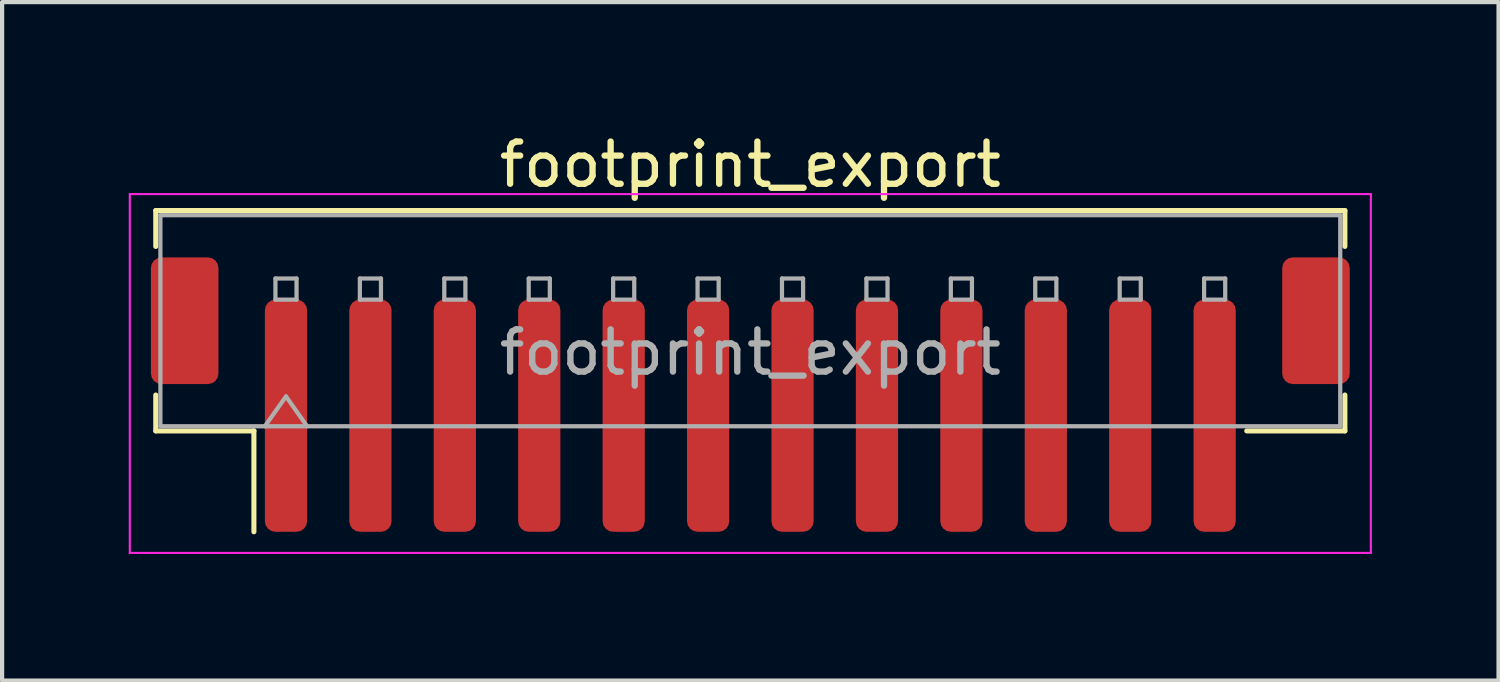
<source format=kicad_pcb>
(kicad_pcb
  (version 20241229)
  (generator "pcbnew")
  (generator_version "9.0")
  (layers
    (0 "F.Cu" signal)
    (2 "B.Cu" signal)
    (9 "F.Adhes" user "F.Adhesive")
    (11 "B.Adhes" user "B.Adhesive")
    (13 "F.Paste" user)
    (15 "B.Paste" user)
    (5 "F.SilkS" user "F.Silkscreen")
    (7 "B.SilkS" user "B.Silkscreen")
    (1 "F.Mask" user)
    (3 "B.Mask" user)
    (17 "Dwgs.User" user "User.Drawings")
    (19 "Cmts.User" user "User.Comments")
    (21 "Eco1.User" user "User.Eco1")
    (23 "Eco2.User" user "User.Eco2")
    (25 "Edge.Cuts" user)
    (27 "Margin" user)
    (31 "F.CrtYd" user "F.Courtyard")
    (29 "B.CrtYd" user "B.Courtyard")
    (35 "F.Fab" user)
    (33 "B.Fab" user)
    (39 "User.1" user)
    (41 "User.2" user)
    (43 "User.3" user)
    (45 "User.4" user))
  (footprint "footprint_export"
    (layer "F.Cu")
    (at 14.725 6.298)
    (property "Reference" "footprint_export" (at 0 -5.45 0) (layer "F.SilkS") (effects (font (size 1 1) (thickness 0.15))))
    (attr smd)
    (fp_line (start -14.085 -4.36) (end 14.085 -4.36) (stroke (width 0.12) (type solid)) (layer "F.SilkS"))
    (fp_line (start -14.085 -3.51) (end -14.085 -4.36) (stroke (width 0.12) (type solid)) (layer "F.SilkS"))
    (fp_line (start -14.085 0.01) (end -14.085 0.86) (stroke (width 0.12) (type solid)) (layer "F.SilkS"))
    (fp_line (start -14.085 0.86) (end -11.76 0.86) (stroke (width 0.12) (type solid)) (layer "F.SilkS"))
    (fp_line (start -11.76 0.86) (end -11.76 3.25) (stroke (width 0.12) (type solid)) (layer "F.SilkS"))
    (fp_line (start 14.085 -4.36) (end 14.085 -3.51) (stroke (width 0.12) (type solid)) (layer "F.SilkS"))
    (fp_line (start 14.085 0.01) (end 14.085 0.86) (stroke (width 0.12) (type solid)) (layer "F.SilkS"))
    (fp_line (start 14.085 0.86) (end 11.76 0.86) (stroke (width 0.12) (type solid)) (layer "F.SilkS"))
    (fp_line (start -14.7 -4.75) (end -14.7 3.75) (stroke (width 0.05) (type solid)) (layer "F.CrtYd"))
    (fp_line (start -14.7 3.75) (end 14.7 3.75) (stroke (width 0.05) (type solid)) (layer "F.CrtYd"))
    (fp_line (start 14.7 -4.75) (end -14.7 -4.75) (stroke (width 0.05) (type solid)) (layer "F.CrtYd"))
    (fp_line (start 14.7 3.75) (end 14.7 -4.75) (stroke (width 0.05) (type solid)) (layer "F.CrtYd"))
    (fp_line (start -13.975 -4.25) (end 13.975 -4.25) (stroke (width 0.1) (type solid)) (layer "F.Fab"))
    (fp_line (start -13.975 0.75) (end -13.975 -4.25) (stroke (width 0.1) (type solid)) (layer "F.Fab"))
    (fp_line (start -13.975 0.75) (end 13.975 0.75) (stroke (width 0.1) (type solid)) (layer "F.Fab"))
    (fp_line (start -11.5 0.75) (end -11 0.043) (stroke (width 0.1) (type solid)) (layer "F.Fab"))
    (fp_line (start -11.25 -2.75) (end -11.25 -2.25) (stroke (width 0.1) (type solid)) (layer "F.Fab"))
    (fp_line (start -11.25 -2.25) (end -10.75 -2.25) (stroke (width 0.1) (type solid)) (layer "F.Fab"))
    (fp_line (start -11 0.043) (end -10.5 0.75) (stroke (width 0.1) (type solid)) (layer "F.Fab"))
    (fp_line (start -10.75 -2.75) (end -11.25 -2.75) (stroke (width 0.1) (type solid)) (layer "F.Fab"))
    (fp_line (start -10.75 -2.25) (end -10.75 -2.75) (stroke (width 0.1) (type solid)) (layer "F.Fab"))
    (fp_line (start -9.25 -2.75) (end -9.25 -2.25) (stroke (width 0.1) (type solid)) (layer "F.Fab"))
    (fp_line (start -9.25 -2.25) (end -8.75 -2.25) (stroke (width 0.1) (type solid)) (layer "F.Fab"))
    (fp_line (start -8.75 -2.75) (end -9.25 -2.75) (stroke (width 0.1) (type solid)) (layer "F.Fab"))
    (fp_line (start -8.75 -2.25) (end -8.75 -2.75) (stroke (width 0.1) (type solid)) (layer "F.Fab"))
    (fp_line (start -7.25 -2.75) (end -7.25 -2.25) (stroke (width 0.1) (type solid)) (layer "F.Fab"))
    (fp_line (start -7.25 -2.25) (end -6.75 -2.25) (stroke (width 0.1) (type solid)) (layer "F.Fab"))
    (fp_line (start -6.75 -2.75) (end -7.25 -2.75) (stroke (width 0.1) (type solid)) (layer "F.Fab"))
    (fp_line (start -6.75 -2.25) (end -6.75 -2.75) (stroke (width 0.1) (type solid)) (layer "F.Fab"))
    (fp_line (start -5.25 -2.75) (end -5.25 -2.25) (stroke (width 0.1) (type solid)) (layer "F.Fab"))
    (fp_line (start -5.25 -2.25) (end -4.75 -2.25) (stroke (width 0.1) (type solid)) (layer "F.Fab"))
    (fp_line (start -4.75 -2.75) (end -5.25 -2.75) (stroke (width 0.1) (type solid)) (layer "F.Fab"))
    (fp_line (start -4.75 -2.25) (end -4.75 -2.75) (stroke (width 0.1) (type solid)) (layer "F.Fab"))
    (fp_line (start -3.25 -2.75) (end -3.25 -2.25) (stroke (width 0.1) (type solid)) (layer "F.Fab"))
    (fp_line (start -3.25 -2.25) (end -2.75 -2.25) (stroke (width 0.1) (type solid)) (layer "F.Fab"))
    (fp_line (start -2.75 -2.75) (end -3.25 -2.75) (stroke (width 0.1) (type solid)) (layer "F.Fab"))
    (fp_line (start -2.75 -2.25) (end -2.75 -2.75) (stroke (width 0.1) (type solid)) (layer "F.Fab"))
    (fp_line (start -1.25 -2.75) (end -1.25 -2.25) (stroke (width 0.1) (type solid)) (layer "F.Fab"))
    (fp_line (start -1.25 -2.25) (end -0.75 -2.25) (stroke (width 0.1) (type solid)) (layer "F.Fab"))
    (fp_line (start -0.75 -2.75) (end -1.25 -2.75) (stroke (width 0.1) (type solid)) (layer "F.Fab"))
    (fp_line (start -0.75 -2.25) (end -0.75 -2.75) (stroke (width 0.1) (type solid)) (layer "F.Fab"))
    (fp_line (start 0.75 -2.75) (end 0.75 -2.25) (stroke (width 0.1) (type solid)) (layer "F.Fab"))
    (fp_line (start 0.75 -2.25) (end 1.25 -2.25) (stroke (width 0.1) (type solid)) (layer "F.Fab"))
    (fp_line (start 1.25 -2.75) (end 0.75 -2.75) (stroke (width 0.1) (type solid)) (layer "F.Fab"))
    (fp_line (start 1.25 -2.25) (end 1.25 -2.75) (stroke (width 0.1) (type solid)) (layer "F.Fab"))
    (fp_line (start 2.75 -2.75) (end 2.75 -2.25) (stroke (width 0.1) (type solid)) (layer "F.Fab"))
    (fp_line (start 2.75 -2.25) (end 3.25 -2.25) (stroke (width 0.1) (type solid)) (layer "F.Fab"))
    (fp_line (start 3.25 -2.75) (end 2.75 -2.75) (stroke (width 0.1) (type solid)) (layer "F.Fab"))
    (fp_line (start 3.25 -2.25) (end 3.25 -2.75) (stroke (width 0.1) (type solid)) (layer "F.Fab"))
    (fp_line (start 4.75 -2.75) (end 4.75 -2.25) (stroke (width 0.1) (type solid)) (layer "F.Fab"))
    (fp_line (start 4.75 -2.25) (end 5.25 -2.25) (stroke (width 0.1) (type solid)) (layer "F.Fab"))
    (fp_line (start 5.25 -2.75) (end 4.75 -2.75) (stroke (width 0.1) (type solid)) (layer "F.Fab"))
    (fp_line (start 5.25 -2.25) (end 5.25 -2.75) (stroke (width 0.1) (type solid)) (layer "F.Fab"))
    (fp_line (start 6.75 -2.75) (end 6.75 -2.25) (stroke (width 0.1) (type solid)) (layer "F.Fab"))
    (fp_line (start 6.75 -2.25) (end 7.25 -2.25) (stroke (width 0.1) (type solid)) (layer "F.Fab"))
    (fp_line (start 7.25 -2.75) (end 6.75 -2.75) (stroke (width 0.1) (type solid)) (layer "F.Fab"))
    (fp_line (start 7.25 -2.25) (end 7.25 -2.75) (stroke (width 0.1) (type solid)) (layer "F.Fab"))
    (fp_line (start 8.75 -2.75) (end 8.75 -2.25) (stroke (width 0.1) (type solid)) (layer "F.Fab"))
    (fp_line (start 8.75 -2.25) (end 9.25 -2.25) (stroke (width 0.1) (type solid)) (layer "F.Fab"))
    (fp_line (start 9.25 -2.75) (end 8.75 -2.75) (stroke (width 0.1) (type solid)) (layer "F.Fab"))
    (fp_line (start 9.25 -2.25) (end 9.25 -2.75) (stroke (width 0.1) (type solid)) (layer "F.Fab"))
    (fp_line (start 10.75 -2.75) (end 10.75 -2.25) (stroke (width 0.1) (type solid)) (layer "F.Fab"))
    (fp_line (start 10.75 -2.25) (end 11.25 -2.25) (stroke (width 0.1) (type solid)) (layer "F.Fab"))
    (fp_line (start 11.25 -2.75) (end 10.75 -2.75) (stroke (width 0.1) (type solid)) (layer "F.Fab"))
    (fp_line (start 11.25 -2.25) (end 11.25 -2.75) (stroke (width 0.1) (type solid)) (layer "F.Fab"))
    (fp_line (start 13.975 0.75) (end 13.975 -4.25) (stroke (width 0.1) (type solid)) (layer "F.Fab"))
    (fp_text user "${REFERENCE}" (at 0 -1 0) (layer "F.Fab") (effects (font (size 1 1) (thickness 0.15))))
    (pad "1" smd roundrect (at -11 0.5) (size 1 5.5) (layers "F.Cu" "F.Mask" "F.Paste") (roundrect_rratio 0.25))
    (pad "2" smd roundrect (at -9 0.5) (size 1 5.5) (layers "F.Cu" "F.Mask" "F.Paste") (roundrect_rratio 0.25))
    (pad "3" smd roundrect (at -7 0.5) (size 1 5.5) (layers "F.Cu" "F.Mask" "F.Paste") (roundrect_rratio 0.25))
    (pad "4" smd roundrect (at -5 0.5) (size 1 5.5) (layers "F.Cu" "F.Mask" "F.Paste") (roundrect_rratio 0.25))
    (pad "5" smd roundrect (at -3 0.5) (size 1 5.5) (layers "F.Cu" "F.Mask" "F.Paste") (roundrect_rratio 0.25))
    (pad "6" smd roundrect (at -1 0.5) (size 1 5.5) (layers "F.Cu" "F.Mask" "F.Paste") (roundrect_rratio 0.25))
    (pad "7" smd roundrect (at 1 0.5) (size 1 5.5) (layers "F.Cu" "F.Mask" "F.Paste") (roundrect_rratio 0.25))
    (pad "8" smd roundrect (at 3 0.5) (size 1 5.5) (layers "F.Cu" "F.Mask" "F.Paste") (roundrect_rratio 0.25))
    (pad "9" smd roundrect (at 5 0.5) (size 1 5.5) (layers "F.Cu" "F.Mask" "F.Paste") (roundrect_rratio 0.25))
    (pad "10" smd roundrect (at 7 0.5) (size 1 5.5) (layers "F.Cu" "F.Mask" "F.Paste") (roundrect_rratio 0.25))
    (pad "11" smd roundrect (at 9 0.5) (size 1 5.5) (layers "F.Cu" "F.Mask" "F.Paste") (roundrect_rratio 0.25))
    (pad "12" smd roundrect (at 11 0.5) (size 1 5.5) (layers "F.Cu" "F.Mask" "F.Paste") (roundrect_rratio 0.25))
    (pad "MP" smd roundrect (at -13.4 -1.75) (size 1.6 3) (layers "F.Cu" "F.Mask" "F.Paste") (roundrect_rratio 0.156))
    (pad "MP" smd roundrect (at 13.4 -1.75) (size 1.6 3) (layers "F.Cu" "F.Mask" "F.Paste") (roundrect_rratio 0.156)))
  (gr_rect
    (start -3 -3)
    (end 32.45 13.073)
    (stroke (width 0.1) (type default))
    (fill no)
    (layer "Edge.Cuts")))
</source>
